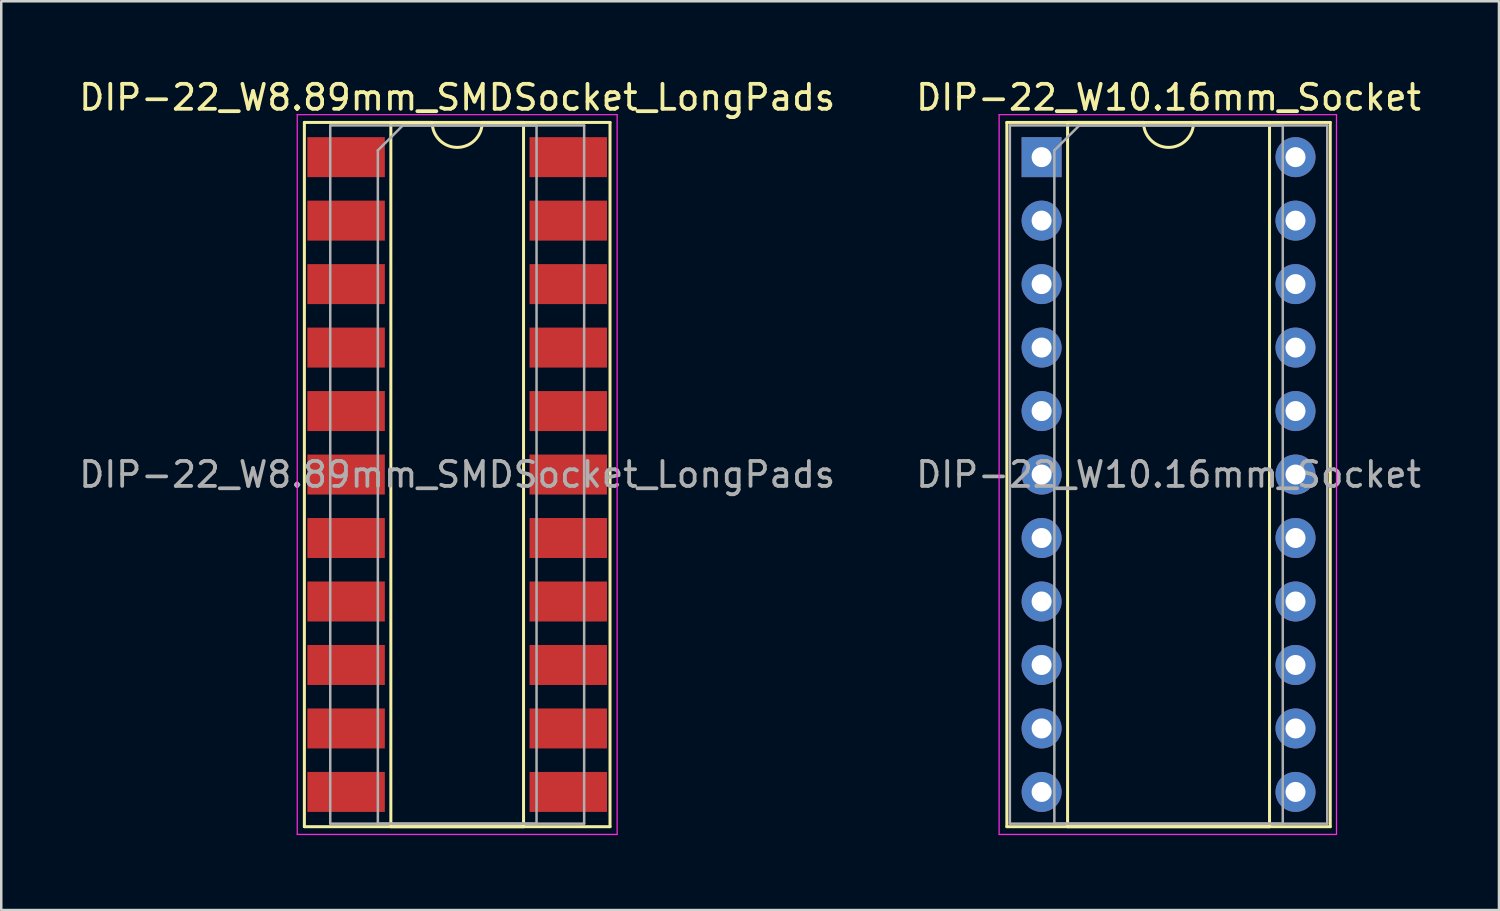
<source format=kicad_pcb>
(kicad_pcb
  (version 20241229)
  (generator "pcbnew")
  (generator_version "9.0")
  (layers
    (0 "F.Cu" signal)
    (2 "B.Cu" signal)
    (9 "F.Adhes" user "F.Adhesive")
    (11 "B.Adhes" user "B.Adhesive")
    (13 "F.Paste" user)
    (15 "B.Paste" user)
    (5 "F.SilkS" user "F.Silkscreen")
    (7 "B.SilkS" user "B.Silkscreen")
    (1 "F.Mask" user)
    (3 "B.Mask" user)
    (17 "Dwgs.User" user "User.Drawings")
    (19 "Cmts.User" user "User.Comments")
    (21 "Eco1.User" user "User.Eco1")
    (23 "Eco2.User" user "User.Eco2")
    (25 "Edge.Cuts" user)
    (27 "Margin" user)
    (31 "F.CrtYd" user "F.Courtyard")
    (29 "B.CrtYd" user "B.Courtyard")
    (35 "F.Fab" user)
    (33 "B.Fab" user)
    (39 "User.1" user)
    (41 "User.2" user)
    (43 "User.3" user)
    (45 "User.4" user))
  (footprint "DIP-22_W10.16mm_Socket"
    (layer "F.Cu")
    (at 38.628 3.238)
    (property "Reference" "DIP-22_W10.16mm_Socket" (at 5.08 -2.39 0) (layer "F.SilkS") (effects (font (size 1 1) (thickness 0.15))))
    (attr through_hole)
    (fp_line (start -1.39 -1.39) (end -1.39 26.79) (stroke (width 0.12) (type solid)) (layer "F.SilkS"))
    (fp_line (start -1.39 26.79) (end 11.55 26.79) (stroke (width 0.12) (type solid)) (layer "F.SilkS"))
    (fp_line (start 1.04 -1.39) (end 1.04 26.79) (stroke (width 0.12) (type solid)) (layer "F.SilkS"))
    (fp_line (start 1.04 26.79) (end 9.12 26.79) (stroke (width 0.12) (type solid)) (layer "F.SilkS"))
    (fp_line (start 4.08 -1.39) (end 1.04 -1.39) (stroke (width 0.12) (type solid)) (layer "F.SilkS"))
    (fp_line (start 9.12 -1.39) (end 6.08 -1.39) (stroke (width 0.12) (type solid)) (layer "F.SilkS"))
    (fp_line (start 9.12 26.79) (end 9.12 -1.39) (stroke (width 0.12) (type solid)) (layer "F.SilkS"))
    (fp_line (start 11.55 -1.39) (end -1.39 -1.39) (stroke (width 0.12) (type solid)) (layer "F.SilkS"))
    (fp_line (start 11.55 26.79) (end 11.55 -1.39) (stroke (width 0.12) (type solid)) (layer "F.SilkS"))
    (fp_arc (start 6.08 -1.39) (mid 5.08 -0.39) (end 4.08 -1.39) (stroke (width 0.12) (type solid)) (layer "F.SilkS"))
    (fp_line (start -1.7 -1.7) (end -1.7 27.1) (stroke (width 0.05) (type solid)) (layer "F.CrtYd"))
    (fp_line (start -1.7 27.1) (end 11.8 27.1) (stroke (width 0.05) (type solid)) (layer "F.CrtYd"))
    (fp_line (start 11.8 -1.7) (end -1.7 -1.7) (stroke (width 0.05) (type solid)) (layer "F.CrtYd"))
    (fp_line (start 11.8 27.1) (end 11.8 -1.7) (stroke (width 0.05) (type solid)) (layer "F.CrtYd"))
    (fp_line (start -1.27 -1.27) (end -1.27 26.67) (stroke (width 0.1) (type solid)) (layer "F.Fab"))
    (fp_line (start -1.27 26.67) (end 11.43 26.67) (stroke (width 0.1) (type solid)) (layer "F.Fab"))
    (fp_line (start 0.51 -0.27) (end 1.51 -1.27) (stroke (width 0.1) (type solid)) (layer "F.Fab"))
    (fp_line (start 0.51 26.67) (end 0.51 -0.27) (stroke (width 0.1) (type solid)) (layer "F.Fab"))
    (fp_line (start 1.51 -1.27) (end 9.65 -1.27) (stroke (width 0.1) (type solid)) (layer "F.Fab"))
    (fp_line (start 9.65 -1.27) (end 9.65 26.67) (stroke (width 0.1) (type solid)) (layer "F.Fab"))
    (fp_line (start 9.65 26.67) (end 0.51 26.67) (stroke (width 0.1) (type solid)) (layer "F.Fab"))
    (fp_line (start 11.43 -1.27) (end -1.27 -1.27) (stroke (width 0.1) (type solid)) (layer "F.Fab"))
    (fp_line (start 11.43 26.67) (end 11.43 -1.27) (stroke (width 0.1) (type solid)) (layer "F.Fab"))
    (fp_text user "${REFERENCE}" (at 5.08 12.7 0) (layer "F.Fab") (effects (font (size 1 1) (thickness 0.15))))
    (pad "1" thru_hole rect (at 0 0) (size 1.6 1.6) (drill 0.8) (layers "*.Cu" "*.Mask"))
    (pad "2" thru_hole oval (at 0 2.54) (size 1.6 1.6) (drill 0.8) (layers "*.Cu" "*.Mask"))
    (pad "3" thru_hole oval (at 0 5.08) (size 1.6 1.6) (drill 0.8) (layers "*.Cu" "*.Mask"))
    (pad "4" thru_hole oval (at 0 7.62) (size 1.6 1.6) (drill 0.8) (layers "*.Cu" "*.Mask"))
    (pad "5" thru_hole oval (at 0 10.16) (size 1.6 1.6) (drill 0.8) (layers "*.Cu" "*.Mask"))
    (pad "6" thru_hole oval (at 0 12.7) (size 1.6 1.6) (drill 0.8) (layers "*.Cu" "*.Mask"))
    (pad "7" thru_hole oval (at 0 15.24) (size 1.6 1.6) (drill 0.8) (layers "*.Cu" "*.Mask"))
    (pad "8" thru_hole oval (at 0 17.78) (size 1.6 1.6) (drill 0.8) (layers "*.Cu" "*.Mask"))
    (pad "9" thru_hole oval (at 0 20.32) (size 1.6 1.6) (drill 0.8) (layers "*.Cu" "*.Mask"))
    (pad "10" thru_hole oval (at 0 22.86) (size 1.6 1.6) (drill 0.8) (layers "*.Cu" "*.Mask"))
    (pad "11" thru_hole oval (at 0 25.4) (size 1.6 1.6) (drill 0.8) (layers "*.Cu" "*.Mask"))
    (pad "12" thru_hole oval (at 10.16 25.4) (size 1.6 1.6) (drill 0.8) (layers "*.Cu" "*.Mask"))
    (pad "13" thru_hole oval (at 10.16 22.86) (size 1.6 1.6) (drill 0.8) (layers "*.Cu" "*.Mask"))
    (pad "14" thru_hole oval (at 10.16 20.32) (size 1.6 1.6) (drill 0.8) (layers "*.Cu" "*.Mask"))
    (pad "15" thru_hole oval (at 10.16 17.78) (size 1.6 1.6) (drill 0.8) (layers "*.Cu" "*.Mask"))
    (pad "16" thru_hole oval (at 10.16 15.24) (size 1.6 1.6) (drill 0.8) (layers "*.Cu" "*.Mask"))
    (pad "17" thru_hole oval (at 10.16 12.7) (size 1.6 1.6) (drill 0.8) (layers "*.Cu" "*.Mask"))
    (pad "18" thru_hole oval (at 10.16 10.16) (size 1.6 1.6) (drill 0.8) (layers "*.Cu" "*.Mask"))
    (pad "19" thru_hole oval (at 10.16 7.62) (size 1.6 1.6) (drill 0.8) (layers "*.Cu" "*.Mask"))
    (pad "20" thru_hole oval (at 10.16 5.08) (size 1.6 1.6) (drill 0.8) (layers "*.Cu" "*.Mask"))
    (pad "21" thru_hole oval (at 10.16 2.54) (size 1.6 1.6) (drill 0.8) (layers "*.Cu" "*.Mask"))
    (pad "22" thru_hole oval (at 10.16 0) (size 1.6 1.6) (drill 0.8) (layers "*.Cu" "*.Mask")))
  (footprint "DIP-22_W8.89mm_SMDSocket_LongPads"
    (layer "F.Cu")
    (at 15.244 15.938)
    (property "Reference" "DIP-22_W8.89mm_SMDSocket_LongPads" (at 0 -15.09 0) (layer "F.SilkS") (effects (font (size 1 1) (thickness 0.15))))
    (attr smd)
    (fp_line (start -6.115 -14.09) (end -6.115 14.09) (stroke (width 0.12) (type solid)) (layer "F.SilkS"))
    (fp_line (start -6.115 14.09) (end 6.115 14.09) (stroke (width 0.12) (type solid)) (layer "F.SilkS"))
    (fp_line (start -2.655 -14.09) (end -2.655 14.09) (stroke (width 0.12) (type solid)) (layer "F.SilkS"))
    (fp_line (start -2.655 14.09) (end 2.655 14.09) (stroke (width 0.12) (type solid)) (layer "F.SilkS"))
    (fp_line (start -1 -14.09) (end -2.655 -14.09) (stroke (width 0.12) (type solid)) (layer "F.SilkS"))
    (fp_line (start 2.655 -14.09) (end 1 -14.09) (stroke (width 0.12) (type solid)) (layer "F.SilkS"))
    (fp_line (start 2.655 14.09) (end 2.655 -14.09) (stroke (width 0.12) (type solid)) (layer "F.SilkS"))
    (fp_line (start 6.115 -14.09) (end -6.115 -14.09) (stroke (width 0.12) (type solid)) (layer "F.SilkS"))
    (fp_line (start 6.115 14.09) (end 6.115 -14.09) (stroke (width 0.12) (type solid)) (layer "F.SilkS"))
    (fp_arc (start 1 -14.09) (mid 0 -13.09) (end -1 -14.09) (stroke (width 0.12) (type solid)) (layer "F.SilkS"))
    (fp_line (start -6.4 -14.4) (end -6.4 14.4) (stroke (width 0.05) (type solid)) (layer "F.CrtYd"))
    (fp_line (start -6.4 14.4) (end 6.4 14.4) (stroke (width 0.05) (type solid)) (layer "F.CrtYd"))
    (fp_line (start 6.4 -14.4) (end -6.4 -14.4) (stroke (width 0.05) (type solid)) (layer "F.CrtYd"))
    (fp_line (start 6.4 14.4) (end 6.4 -14.4) (stroke (width 0.05) (type solid)) (layer "F.CrtYd"))
    (fp_line (start -5.08 -13.97) (end -5.08 13.97) (stroke (width 0.1) (type solid)) (layer "F.Fab"))
    (fp_line (start -5.08 13.97) (end 5.08 13.97) (stroke (width 0.1) (type solid)) (layer "F.Fab"))
    (fp_line (start -3.175 -12.97) (end -2.175 -13.97) (stroke (width 0.1) (type solid)) (layer "F.Fab"))
    (fp_line (start -3.175 13.97) (end -3.175 -12.97) (stroke (width 0.1) (type solid)) (layer "F.Fab"))
    (fp_line (start -2.175 -13.97) (end 3.175 -13.97) (stroke (width 0.1) (type solid)) (layer "F.Fab"))
    (fp_line (start 3.175 -13.97) (end 3.175 13.97) (stroke (width 0.1) (type solid)) (layer "F.Fab"))
    (fp_line (start 3.175 13.97) (end -3.175 13.97) (stroke (width 0.1) (type solid)) (layer "F.Fab"))
    (fp_line (start 5.08 -13.97) (end -5.08 -13.97) (stroke (width 0.1) (type solid)) (layer "F.Fab"))
    (fp_line (start 5.08 13.97) (end 5.08 -13.97) (stroke (width 0.1) (type solid)) (layer "F.Fab"))
    (fp_text user "${REFERENCE}" (at 0 0 0) (layer "F.Fab") (effects (font (size 1 1) (thickness 0.15))))
    (pad "1" smd rect (at -4.445 -12.7) (size 3.1 1.6) (layers "F.Cu" "F.Mask" "F.Paste"))
    (pad "2" smd rect (at -4.445 -10.16) (size 3.1 1.6) (layers "F.Cu" "F.Mask" "F.Paste"))
    (pad "3" smd rect (at -4.445 -7.62) (size 3.1 1.6) (layers "F.Cu" "F.Mask" "F.Paste"))
    (pad "4" smd rect (at -4.445 -5.08) (size 3.1 1.6) (layers "F.Cu" "F.Mask" "F.Paste"))
    (pad "5" smd rect (at -4.445 -2.54) (size 3.1 1.6) (layers "F.Cu" "F.Mask" "F.Paste"))
    (pad "6" smd rect (at -4.445 0) (size 3.1 1.6) (layers "F.Cu" "F.Mask" "F.Paste"))
    (pad "7" smd rect (at -4.445 2.54) (size 3.1 1.6) (layers "F.Cu" "F.Mask" "F.Paste"))
    (pad "8" smd rect (at -4.445 5.08) (size 3.1 1.6) (layers "F.Cu" "F.Mask" "F.Paste"))
    (pad "9" smd rect (at -4.445 7.62) (size 3.1 1.6) (layers "F.Cu" "F.Mask" "F.Paste"))
    (pad "10" smd rect (at -4.445 10.16) (size 3.1 1.6) (layers "F.Cu" "F.Mask" "F.Paste"))
    (pad "11" smd rect (at -4.445 12.7) (size 3.1 1.6) (layers "F.Cu" "F.Mask" "F.Paste"))
    (pad "12" smd rect (at 4.445 12.7) (size 3.1 1.6) (layers "F.Cu" "F.Mask" "F.Paste"))
    (pad "13" smd rect (at 4.445 10.16) (size 3.1 1.6) (layers "F.Cu" "F.Mask" "F.Paste"))
    (pad "14" smd rect (at 4.445 7.62) (size 3.1 1.6) (layers "F.Cu" "F.Mask" "F.Paste"))
    (pad "15" smd rect (at 4.445 5.08) (size 3.1 1.6) (layers "F.Cu" "F.Mask" "F.Paste"))
    (pad "16" smd rect (at 4.445 2.54) (size 3.1 1.6) (layers "F.Cu" "F.Mask" "F.Paste"))
    (pad "17" smd rect (at 4.445 0) (size 3.1 1.6) (layers "F.Cu" "F.Mask" "F.Paste"))
    (pad "18" smd rect (at 4.445 -2.54) (size 3.1 1.6) (layers "F.Cu" "F.Mask" "F.Paste"))
    (pad "19" smd rect (at 4.445 -5.08) (size 3.1 1.6) (layers "F.Cu" "F.Mask" "F.Paste"))
    (pad "20" smd rect (at 4.445 -7.62) (size 3.1 1.6) (layers "F.Cu" "F.Mask" "F.Paste"))
    (pad "21" smd rect (at 4.445 -10.16) (size 3.1 1.6) (layers "F.Cu" "F.Mask" "F.Paste"))
    (pad "22" smd rect (at 4.445 -12.7) (size 3.1 1.6) (layers "F.Cu" "F.Mask" "F.Paste")))
  (gr_rect
    (start -3 -3)
    (end 56.929 33.363)
    (stroke (width 0.1) (type default))
    (fill no)
    (layer "Edge.Cuts")))
</source>
